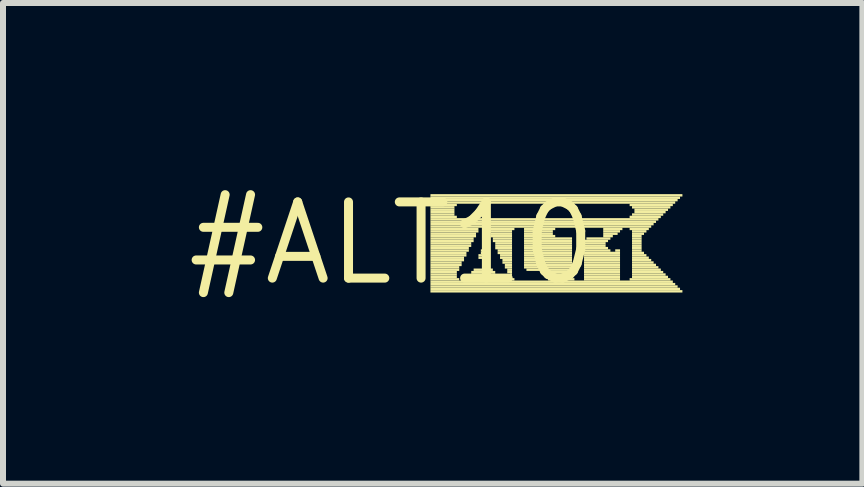
<source format=kicad_pcb>
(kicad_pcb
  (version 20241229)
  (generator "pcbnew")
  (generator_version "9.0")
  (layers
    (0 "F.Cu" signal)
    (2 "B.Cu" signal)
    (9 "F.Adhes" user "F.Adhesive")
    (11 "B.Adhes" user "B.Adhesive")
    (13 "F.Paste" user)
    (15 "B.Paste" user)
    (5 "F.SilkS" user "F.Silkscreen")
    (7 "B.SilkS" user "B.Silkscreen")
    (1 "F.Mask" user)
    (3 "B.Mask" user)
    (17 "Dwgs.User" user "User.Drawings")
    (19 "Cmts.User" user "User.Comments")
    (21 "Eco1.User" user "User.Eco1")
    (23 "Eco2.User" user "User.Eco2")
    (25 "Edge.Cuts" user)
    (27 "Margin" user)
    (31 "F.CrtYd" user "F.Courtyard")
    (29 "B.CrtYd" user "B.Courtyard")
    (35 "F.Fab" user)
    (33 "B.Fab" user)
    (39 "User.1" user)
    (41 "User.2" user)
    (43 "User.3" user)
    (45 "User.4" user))
  (footprint "#ALT10"
    (layer "F.Cu")
    (at 3.485 1.006)
    (property "Reference" "#ALT10" (at 0 0 0) (layer "F.SilkS") (effects (font (size 1.27 1.27) (thickness 0.15))))
    (fp_poly (pts (xy 0.64 -0.78) (xy 4.84 -0.78) (xy 4.84 -0.82) (xy 0.64 -0.82)) (stroke (width 0) (type default)) (fill yes) (layer "F.SilkS"))
    (fp_poly (pts (xy 0.64 -0.74) (xy 4.8 -0.74) (xy 4.8 -0.78) (xy 0.64 -0.78)) (stroke (width 0) (type default)) (fill yes) (layer "F.SilkS"))
    (fp_poly (pts (xy 0.64 -0.7) (xy 4.76 -0.7) (xy 4.76 -0.74) (xy 0.64 -0.74)) (stroke (width 0) (type default)) (fill yes) (layer "F.SilkS"))
    (fp_poly (pts (xy 0.64 -0.66) (xy 4.72 -0.66) (xy 4.72 -0.7) (xy 0.64 -0.7)) (stroke (width 0) (type default)) (fill yes) (layer "F.SilkS"))
    (fp_poly (pts (xy 0.64 -0.62) (xy 1.08 -0.62) (xy 1.08 -0.66) (xy 0.64 -0.66)) (stroke (width 0) (type default)) (fill yes) (layer "F.SilkS"))
    (fp_poly (pts (xy 0.64 -0.58) (xy 1.04 -0.58) (xy 1.04 -0.62) (xy 0.64 -0.62)) (stroke (width 0) (type default)) (fill yes) (layer "F.SilkS"))
    (fp_poly (pts (xy 0.64 -0.54) (xy 1.04 -0.54) (xy 1.04 -0.58) (xy 0.64 -0.58)) (stroke (width 0) (type default)) (fill yes) (layer "F.SilkS"))
    (fp_poly (pts (xy 0.64 -0.5) (xy 1.04 -0.5) (xy 1.04 -0.54) (xy 0.64 -0.54)) (stroke (width 0) (type default)) (fill yes) (layer "F.SilkS"))
    (fp_poly (pts (xy 0.64 -0.46) (xy 1.04 -0.46) (xy 1.04 -0.5) (xy 0.64 -0.5)) (stroke (width 0) (type default)) (fill yes) (layer "F.SilkS"))
    (fp_poly (pts (xy 0.64 -0.42) (xy 1.08 -0.42) (xy 1.08 -0.46) (xy 0.64 -0.46)) (stroke (width 0) (type default)) (fill yes) (layer "F.SilkS"))
    (fp_poly (pts (xy 0.64 -0.38) (xy 4.44 -0.38) (xy 4.44 -0.42) (xy 0.64 -0.42)) (stroke (width 0) (type default)) (fill yes) (layer "F.SilkS"))
    (fp_poly (pts (xy 0.64 -0.34) (xy 4.4 -0.34) (xy 4.4 -0.38) (xy 0.64 -0.38)) (stroke (width 0) (type default)) (fill yes) (layer "F.SilkS"))
    (fp_poly (pts (xy 0.64 -0.3) (xy 4.36 -0.3) (xy 4.36 -0.34) (xy 0.64 -0.34)) (stroke (width 0) (type default)) (fill yes) (layer "F.SilkS"))
    (fp_poly (pts (xy 0.64 -0.26) (xy 4.32 -0.26) (xy 4.32 -0.3) (xy 0.64 -0.3)) (stroke (width 0) (type default)) (fill yes) (layer "F.SilkS"))
    (fp_poly (pts (xy 0.64 -0.22) (xy 1.44 -0.22) (xy 1.44 -0.26) (xy 0.64 -0.26)) (stroke (width 0) (type default)) (fill yes) (layer "F.SilkS"))
    (fp_poly (pts (xy 0.64 -0.18) (xy 1.44 -0.18) (xy 1.44 -0.22) (xy 0.64 -0.22)) (stroke (width 0) (type default)) (fill yes) (layer "F.SilkS"))
    (fp_poly (pts (xy 0.64 -0.14) (xy 1.4 -0.14) (xy 1.4 -0.18) (xy 0.64 -0.18)) (stroke (width 0) (type default)) (fill yes) (layer "F.SilkS"))
    (fp_poly (pts (xy 0.64 -0.1) (xy 1.4 -0.1) (xy 1.4 -0.14) (xy 0.64 -0.14)) (stroke (width 0) (type default)) (fill yes) (layer "F.SilkS"))
    (fp_poly (pts (xy 0.64 -0.06) (xy 1.36 -0.06) (xy 1.36 -0.1) (xy 0.64 -0.1)) (stroke (width 0) (type default)) (fill yes) (layer "F.SilkS"))
    (fp_poly (pts (xy 0.64 -0.02) (xy 1.36 -0.02) (xy 1.36 -0.06) (xy 0.64 -0.06)) (stroke (width 0) (type default)) (fill yes) (layer "F.SilkS"))
    (fp_poly (pts (xy 0.64 0.02) (xy 1.32 0.02) (xy 1.32 -0.02) (xy 0.64 -0.02)) (stroke (width 0) (type default)) (fill yes) (layer "F.SilkS"))
    (fp_poly (pts (xy 0.64 0.06) (xy 1.32 0.06) (xy 1.32 0.02) (xy 0.64 0.02)) (stroke (width 0) (type default)) (fill yes) (layer "F.SilkS"))
    (fp_poly (pts (xy 0.64 0.1) (xy 1.28 0.1) (xy 1.28 0.06) (xy 0.64 0.06)) (stroke (width 0) (type default)) (fill yes) (layer "F.SilkS"))
    (fp_poly (pts (xy 0.64 0.14) (xy 1.28 0.14) (xy 1.28 0.1) (xy 0.64 0.1)) (stroke (width 0) (type default)) (fill yes) (layer "F.SilkS"))
    (fp_poly (pts (xy 0.64 0.18) (xy 1.24 0.18) (xy 1.24 0.14) (xy 0.64 0.14)) (stroke (width 0) (type default)) (fill yes) (layer "F.SilkS"))
    (fp_poly (pts (xy 0.64 0.22) (xy 1.24 0.22) (xy 1.24 0.18) (xy 0.64 0.18)) (stroke (width 0) (type default)) (fill yes) (layer "F.SilkS"))
    (fp_poly (pts (xy 0.64 0.26) (xy 1.2 0.26) (xy 1.2 0.22) (xy 0.64 0.22)) (stroke (width 0) (type default)) (fill yes) (layer "F.SilkS"))
    (fp_poly (pts (xy 0.64 0.3) (xy 1.2 0.3) (xy 1.2 0.26) (xy 0.64 0.26)) (stroke (width 0) (type default)) (fill yes) (layer "F.SilkS"))
    (fp_poly (pts (xy 0.64 0.34) (xy 1.16 0.34) (xy 1.16 0.3) (xy 0.64 0.3)) (stroke (width 0) (type default)) (fill yes) (layer "F.SilkS"))
    (fp_poly (pts (xy 0.64 0.38) (xy 1.16 0.38) (xy 1.16 0.34) (xy 0.64 0.34)) (stroke (width 0) (type default)) (fill yes) (layer "F.SilkS"))
    (fp_poly (pts (xy 0.64 0.42) (xy 1.12 0.42) (xy 1.12 0.38) (xy 0.64 0.38)) (stroke (width 0) (type default)) (fill yes) (layer "F.SilkS"))
    (fp_poly (pts (xy 0.64 0.46) (xy 1.12 0.46) (xy 1.12 0.42) (xy 0.64 0.42)) (stroke (width 0) (type default)) (fill yes) (layer "F.SilkS"))
    (fp_poly (pts (xy 0.64 0.5) (xy 1.08 0.5) (xy 1.08 0.46) (xy 0.64 0.46)) (stroke (width 0) (type default)) (fill yes) (layer "F.SilkS"))
    (fp_poly (pts (xy 0.64 0.54) (xy 1.08 0.54) (xy 1.08 0.5) (xy 0.64 0.5)) (stroke (width 0) (type default)) (fill yes) (layer "F.SilkS"))
    (fp_poly (pts (xy 0.64 0.58) (xy 1.08 0.58) (xy 1.08 0.54) (xy 0.64 0.54)) (stroke (width 0) (type default)) (fill yes) (layer "F.SilkS"))
    (fp_poly (pts (xy 0.64 0.62) (xy 1.12 0.62) (xy 1.12 0.58) (xy 0.64 0.58)) (stroke (width 0) (type default)) (fill yes) (layer "F.SilkS"))
    (fp_poly (pts (xy 0.64 0.66) (xy 4.68 0.66) (xy 4.68 0.62) (xy 0.64 0.62)) (stroke (width 0) (type default)) (fill yes) (layer "F.SilkS"))
    (fp_poly (pts (xy 0.64 0.7) (xy 4.72 0.7) (xy 4.72 0.66) (xy 0.64 0.66)) (stroke (width 0) (type default)) (fill yes) (layer "F.SilkS"))
    (fp_poly (pts (xy 0.64 0.74) (xy 4.76 0.74) (xy 4.76 0.7) (xy 0.64 0.7)) (stroke (width 0) (type default)) (fill yes) (layer "F.SilkS"))
    (fp_poly (pts (xy 0.64 0.78) (xy 4.8 0.78) (xy 4.8 0.74) (xy 0.64 0.74)) (stroke (width 0) (type default)) (fill yes) (layer "F.SilkS"))
    (fp_poly (pts (xy 0.64 0.82) (xy 4.84 0.82) (xy 4.84 0.78) (xy 0.64 0.78)) (stroke (width 0) (type default)) (fill yes) (layer "F.SilkS"))
    (fp_poly (pts (xy 1.24 0.62) (xy 1.76 0.62) (xy 1.76 0.58) (xy 1.24 0.58)) (stroke (width 0) (type default)) (fill yes) (layer "F.SilkS"))
    (fp_poly (pts (xy 1.28 0.58) (xy 1.76 0.58) (xy 1.76 0.54) (xy 1.28 0.54)) (stroke (width 0) (type default)) (fill yes) (layer "F.SilkS"))
    (fp_poly (pts (xy 1.32 0.5) (xy 1.72 0.5) (xy 1.72 0.46) (xy 1.32 0.46)) (stroke (width 0) (type default)) (fill yes) (layer "F.SilkS"))
    (fp_poly (pts (xy 1.32 0.54) (xy 1.72 0.54) (xy 1.72 0.5) (xy 1.32 0.5)) (stroke (width 0) (type default)) (fill yes) (layer "F.SilkS"))
    (fp_poly (pts (xy 1.36 0.46) (xy 1.68 0.46) (xy 1.68 0.42) (xy 1.36 0.42)) (stroke (width 0) (type default)) (fill yes) (layer "F.SilkS"))
    (fp_poly (pts (xy 1.44 0.22) (xy 1.56 0.22) (xy 1.56 0.18) (xy 1.44 0.18)) (stroke (width 0) (type default)) (fill yes) (layer "F.SilkS"))
    (fp_poly (pts (xy 1.44 0.26) (xy 1.6 0.26) (xy 1.6 0.22) (xy 1.44 0.22)) (stroke (width 0) (type default)) (fill yes) (layer "F.SilkS"))
    (fp_poly (pts (xy 1.48 0.14) (xy 1.52 0.14) (xy 1.52 0.1) (xy 1.48 0.1)) (stroke (width 0) (type default)) (fill yes) (layer "F.SilkS"))
    (fp_poly (pts (xy 1.48 0.18) (xy 1.56 0.18) (xy 1.56 0.14) (xy 1.48 0.14)) (stroke (width 0) (type default)) (fill yes) (layer "F.SilkS"))
    (fp_poly (pts (xy 1.56 -0.22) (xy 2.04 -0.22) (xy 2.04 -0.26) (xy 1.56 -0.26)) (stroke (width 0) (type default)) (fill yes) (layer "F.SilkS"))
    (fp_poly (pts (xy 1.6 -0.18) (xy 2 -0.18) (xy 2 -0.22) (xy 1.6 -0.22)) (stroke (width 0) (type default)) (fill yes) (layer "F.SilkS"))
    (fp_poly (pts (xy 1.64 -0.14) (xy 2 -0.14) (xy 2 -0.18) (xy 1.64 -0.18)) (stroke (width 0) (type default)) (fill yes) (layer "F.SilkS"))
    (fp_poly (pts (xy 1.64 -0.1) (xy 2 -0.1) (xy 2 -0.14) (xy 1.64 -0.14)) (stroke (width 0) (type default)) (fill yes) (layer "F.SilkS"))
    (fp_poly (pts (xy 1.68 -0.06) (xy 2 -0.06) (xy 2 -0.1) (xy 1.68 -0.1)) (stroke (width 0) (type default)) (fill yes) (layer "F.SilkS"))
    (fp_poly (pts (xy 1.68 -0.02) (xy 2 -0.02) (xy 2 -0.06) (xy 1.68 -0.06)) (stroke (width 0) (type default)) (fill yes) (layer "F.SilkS"))
    (fp_poly (pts (xy 1.72 0.02) (xy 2 0.02) (xy 2 -0.02) (xy 1.72 -0.02)) (stroke (width 0) (type default)) (fill yes) (layer "F.SilkS"))
    (fp_poly (pts (xy 1.72 0.06) (xy 2 0.06) (xy 2 0.02) (xy 1.72 0.02)) (stroke (width 0) (type default)) (fill yes) (layer "F.SilkS"))
    (fp_poly (pts (xy 1.72 0.1) (xy 2 0.1) (xy 2 0.06) (xy 1.72 0.06)) (stroke (width 0) (type default)) (fill yes) (layer "F.SilkS"))
    (fp_poly (pts (xy 1.76 0.14) (xy 2 0.14) (xy 2 0.1) (xy 1.76 0.1)) (stroke (width 0) (type default)) (fill yes) (layer "F.SilkS"))
    (fp_poly (pts (xy 1.76 0.18) (xy 2 0.18) (xy 2 0.14) (xy 1.76 0.14)) (stroke (width 0) (type default)) (fill yes) (layer "F.SilkS"))
    (fp_poly (pts (xy 1.8 0.22) (xy 2 0.22) (xy 2 0.18) (xy 1.8 0.18)) (stroke (width 0) (type default)) (fill yes) (layer "F.SilkS"))
    (fp_poly (pts (xy 1.8 0.26) (xy 2 0.26) (xy 2 0.22) (xy 1.8 0.22)) (stroke (width 0) (type default)) (fill yes) (layer "F.SilkS"))
    (fp_poly (pts (xy 1.84 0.3) (xy 2 0.3) (xy 2 0.26) (xy 1.84 0.26)) (stroke (width 0) (type default)) (fill yes) (layer "F.SilkS"))
    (fp_poly (pts (xy 1.84 0.34) (xy 2 0.34) (xy 2 0.3) (xy 1.84 0.3)) (stroke (width 0) (type default)) (fill yes) (layer "F.SilkS"))
    (fp_poly (pts (xy 1.88 0.38) (xy 2 0.38) (xy 2 0.34) (xy 1.88 0.34)) (stroke (width 0) (type default)) (fill yes) (layer "F.SilkS"))
    (fp_poly (pts (xy 1.88 0.42) (xy 2 0.42) (xy 2 0.38) (xy 1.88 0.38)) (stroke (width 0) (type default)) (fill yes) (layer "F.SilkS"))
    (fp_poly (pts (xy 1.92 0.46) (xy 2 0.46) (xy 2 0.42) (xy 1.92 0.42)) (stroke (width 0) (type default)) (fill yes) (layer "F.SilkS"))
    (fp_poly (pts (xy 1.92 0.5) (xy 2 0.5) (xy 2 0.46) (xy 1.92 0.46)) (stroke (width 0) (type default)) (fill yes) (layer "F.SilkS"))
    (fp_poly (pts (xy 1.92 0.62) (xy 2.04 0.62) (xy 2.04 0.58) (xy 1.92 0.58)) (stroke (width 0) (type default)) (fill yes) (layer "F.SilkS"))
    (fp_poly (pts (xy 1.96 0.54) (xy 2 0.54) (xy 2 0.5) (xy 1.96 0.5)) (stroke (width 0) (type default)) (fill yes) (layer "F.SilkS"))
    (fp_poly (pts (xy 1.96 0.58) (xy 2 0.58) (xy 2 0.54) (xy 1.96 0.54)) (stroke (width 0) (type default)) (fill yes) (layer "F.SilkS"))
    (fp_poly (pts (xy 2.2 -0.22) (xy 2.72 -0.22) (xy 2.72 -0.26) (xy 2.2 -0.26)) (stroke (width 0) (type default)) (fill yes) (layer "F.SilkS"))
    (fp_poly (pts (xy 2.2 -0.18) (xy 2.68 -0.18) (xy 2.68 -0.22) (xy 2.2 -0.22)) (stroke (width 0) (type default)) (fill yes) (layer "F.SilkS"))
    (fp_poly (pts (xy 2.2 -0.14) (xy 2.68 -0.14) (xy 2.68 -0.18) (xy 2.2 -0.18)) (stroke (width 0) (type default)) (fill yes) (layer "F.SilkS"))
    (fp_poly (pts (xy 2.2 -0.1) (xy 2.72 -0.1) (xy 2.72 -0.14) (xy 2.2 -0.14)) (stroke (width 0) (type default)) (fill yes) (layer "F.SilkS"))
    (fp_poly (pts (xy 2.2 -0.06) (xy 3 -0.06) (xy 3 -0.1) (xy 2.2 -0.1)) (stroke (width 0) (type default)) (fill yes) (layer "F.SilkS"))
    (fp_poly (pts (xy 2.2 -0.02) (xy 3 -0.02) (xy 3 -0.06) (xy 2.2 -0.06)) (stroke (width 0) (type default)) (fill yes) (layer "F.SilkS"))
    (fp_poly (pts (xy 2.2 0.02) (xy 3 0.02) (xy 3 -0.02) (xy 2.2 -0.02)) (stroke (width 0) (type default)) (fill yes) (layer "F.SilkS"))
    (fp_poly (pts (xy 2.2 0.06) (xy 3 0.06) (xy 3 0.02) (xy 2.2 0.02)) (stroke (width 0) (type default)) (fill yes) (layer "F.SilkS"))
    (fp_poly (pts (xy 2.2 0.1) (xy 3 0.1) (xy 3 0.06) (xy 2.2 0.06)) (stroke (width 0) (type default)) (fill yes) (layer "F.SilkS"))
    (fp_poly (pts (xy 2.2 0.14) (xy 3 0.14) (xy 3 0.1) (xy 2.2 0.1)) (stroke (width 0) (type default)) (fill yes) (layer "F.SilkS"))
    (fp_poly (pts (xy 2.2 0.18) (xy 3 0.18) (xy 3 0.14) (xy 2.2 0.14)) (stroke (width 0) (type default)) (fill yes) (layer "F.SilkS"))
    (fp_poly (pts (xy 2.2 0.22) (xy 3 0.22) (xy 3 0.18) (xy 2.2 0.18)) (stroke (width 0) (type default)) (fill yes) (layer "F.SilkS"))
    (fp_poly (pts (xy 2.2 0.26) (xy 3 0.26) (xy 3 0.22) (xy 2.2 0.22)) (stroke (width 0) (type default)) (fill yes) (layer "F.SilkS"))
    (fp_poly (pts (xy 2.2 0.3) (xy 3 0.3) (xy 3 0.26) (xy 2.2 0.26)) (stroke (width 0) (type default)) (fill yes) (layer "F.SilkS"))
    (fp_poly (pts (xy 2.2 0.34) (xy 3 0.34) (xy 3 0.3) (xy 2.2 0.3)) (stroke (width 0) (type default)) (fill yes) (layer "F.SilkS"))
    (fp_poly (pts (xy 2.2 0.38) (xy 3 0.38) (xy 3 0.34) (xy 2.2 0.34)) (stroke (width 0) (type default)) (fill yes) (layer "F.SilkS"))
    (fp_poly (pts (xy 2.2 0.42) (xy 3 0.42) (xy 3 0.38) (xy 2.2 0.38)) (stroke (width 0) (type default)) (fill yes) (layer "F.SilkS"))
    (fp_poly (pts (xy 2.24 0.46) (xy 3 0.46) (xy 3 0.42) (xy 2.24 0.42)) (stroke (width 0) (type default)) (fill yes) (layer "F.SilkS"))
    (fp_poly (pts (xy 2.6 0.62) (xy 3.04 0.62) (xy 3.04 0.58) (xy 2.6 0.58)) (stroke (width 0) (type default)) (fill yes) (layer "F.SilkS"))
    (fp_poly (pts (xy 2.64 0.5) (xy 3 0.5) (xy 3 0.46) (xy 2.64 0.46)) (stroke (width 0) (type default)) (fill yes) (layer "F.SilkS"))
    (fp_poly (pts (xy 2.64 0.54) (xy 3 0.54) (xy 3 0.5) (xy 2.64 0.5)) (stroke (width 0) (type default)) (fill yes) (layer "F.SilkS"))
    (fp_poly (pts (xy 2.64 0.58) (xy 3 0.58) (xy 3 0.54) (xy 2.64 0.54)) (stroke (width 0) (type default)) (fill yes) (layer "F.SilkS"))
    (fp_poly (pts (xy 3.2 -0.02) (xy 3.6 -0.02) (xy 3.6 -0.06) (xy 3.2 -0.06)) (stroke (width 0) (type default)) (fill yes) (layer "F.SilkS"))
    (fp_poly (pts (xy 3.2 0.02) (xy 3.56 0.02) (xy 3.56 -0.02) (xy 3.2 -0.02)) (stroke (width 0) (type default)) (fill yes) (layer "F.SilkS"))
    (fp_poly (pts (xy 3.2 0.06) (xy 3.56 0.06) (xy 3.56 0.02) (xy 3.2 0.02)) (stroke (width 0) (type default)) (fill yes) (layer "F.SilkS"))
    (fp_poly (pts (xy 3.2 0.1) (xy 3.6 0.1) (xy 3.6 0.06) (xy 3.2 0.06)) (stroke (width 0) (type default)) (fill yes) (layer "F.SilkS"))
    (fp_poly (pts (xy 3.2 0.14) (xy 3.64 0.14) (xy 3.64 0.1) (xy 3.2 0.1)) (stroke (width 0) (type default)) (fill yes) (layer "F.SilkS"))
    (fp_poly (pts (xy 3.2 0.18) (xy 3.8 0.18) (xy 3.8 0.14) (xy 3.2 0.14)) (stroke (width 0) (type default)) (fill yes) (layer "F.SilkS"))
    (fp_poly (pts (xy 3.2 0.22) (xy 3.8 0.22) (xy 3.8 0.18) (xy 3.2 0.18)) (stroke (width 0) (type default)) (fill yes) (layer "F.SilkS"))
    (fp_poly (pts (xy 3.2 0.26) (xy 3.8 0.26) (xy 3.8 0.22) (xy 3.2 0.22)) (stroke (width 0) (type default)) (fill yes) (layer "F.SilkS"))
    (fp_poly (pts (xy 3.2 0.3) (xy 3.8 0.3) (xy 3.8 0.26) (xy 3.2 0.26)) (stroke (width 0) (type default)) (fill yes) (layer "F.SilkS"))
    (fp_poly (pts (xy 3.2 0.34) (xy 3.8 0.34) (xy 3.8 0.3) (xy 3.2 0.3)) (stroke (width 0) (type default)) (fill yes) (layer "F.SilkS"))
    (fp_poly (pts (xy 3.2 0.38) (xy 3.8 0.38) (xy 3.8 0.34) (xy 3.2 0.34)) (stroke (width 0) (type default)) (fill yes) (layer "F.SilkS"))
    (fp_poly (pts (xy 3.2 0.42) (xy 3.8 0.42) (xy 3.8 0.38) (xy 3.2 0.38)) (stroke (width 0) (type default)) (fill yes) (layer "F.SilkS"))
    (fp_poly (pts (xy 3.2 0.46) (xy 3.8 0.46) (xy 3.8 0.42) (xy 3.2 0.42)) (stroke (width 0) (type default)) (fill yes) (layer "F.SilkS"))
    (fp_poly (pts (xy 3.2 0.5) (xy 3.8 0.5) (xy 3.8 0.46) (xy 3.2 0.46)) (stroke (width 0) (type default)) (fill yes) (layer "F.SilkS"))
    (fp_poly (pts (xy 3.2 0.54) (xy 3.8 0.54) (xy 3.8 0.5) (xy 3.2 0.5)) (stroke (width 0) (type default)) (fill yes) (layer "F.SilkS"))
    (fp_poly (pts (xy 3.2 0.58) (xy 3.8 0.58) (xy 3.8 0.54) (xy 3.2 0.54)) (stroke (width 0) (type default)) (fill yes) (layer "F.SilkS"))
    (fp_poly (pts (xy 3.2 0.62) (xy 3.8 0.62) (xy 3.8 0.58) (xy 3.2 0.58)) (stroke (width 0) (type default)) (fill yes) (layer "F.SilkS"))
    (fp_poly (pts (xy 3.24 -0.06) (xy 3.64 -0.06) (xy 3.64 -0.1) (xy 3.24 -0.1)) (stroke (width 0) (type default)) (fill yes) (layer "F.SilkS"))
    (fp_poly (pts (xy 3.52 -0.22) (xy 3.84 -0.22) (xy 3.84 -0.26) (xy 3.52 -0.26)) (stroke (width 0) (type default)) (fill yes) (layer "F.SilkS"))
    (fp_poly (pts (xy 3.52 -0.18) (xy 3.8 -0.18) (xy 3.8 -0.22) (xy 3.52 -0.22)) (stroke (width 0) (type default)) (fill yes) (layer "F.SilkS"))
    (fp_poly (pts (xy 3.52 -0.14) (xy 3.76 -0.14) (xy 3.76 -0.18) (xy 3.52 -0.18)) (stroke (width 0) (type default)) (fill yes) (layer "F.SilkS"))
    (fp_poly (pts (xy 3.52 -0.1) (xy 3.68 -0.1) (xy 3.68 -0.14) (xy 3.52 -0.14)) (stroke (width 0) (type default)) (fill yes) (layer "F.SilkS"))
    (fp_poly (pts (xy 3.72 0.14) (xy 3.8 0.14) (xy 3.8 0.1) (xy 3.72 0.1)) (stroke (width 0) (type default)) (fill yes) (layer "F.SilkS"))
    (fp_poly (pts (xy 3.96 -0.62) (xy 4.68 -0.62) (xy 4.68 -0.66) (xy 3.96 -0.66)) (stroke (width 0) (type default)) (fill yes) (layer "F.SilkS"))
    (fp_poly (pts (xy 3.96 -0.42) (xy 4.48 -0.42) (xy 4.48 -0.46) (xy 3.96 -0.46)) (stroke (width 0) (type default)) (fill yes) (layer "F.SilkS"))
    (fp_poly (pts (xy 3.96 -0.22) (xy 4.28 -0.22) (xy 4.28 -0.26) (xy 3.96 -0.26)) (stroke (width 0) (type default)) (fill yes) (layer "F.SilkS"))
    (fp_poly (pts (xy 3.96 0.62) (xy 4.64 0.62) (xy 4.64 0.58) (xy 3.96 0.58)) (stroke (width 0) (type default)) (fill yes) (layer "F.SilkS"))
    (fp_poly (pts (xy 4 -0.58) (xy 4.64 -0.58) (xy 4.64 -0.62) (xy 4 -0.62)) (stroke (width 0) (type default)) (fill yes) (layer "F.SilkS"))
    (fp_poly (pts (xy 4 -0.46) (xy 4.52 -0.46) (xy 4.52 -0.5) (xy 4 -0.5)) (stroke (width 0) (type default)) (fill yes) (layer "F.SilkS"))
    (fp_poly (pts (xy 4 -0.18) (xy 4.24 -0.18) (xy 4.24 -0.22) (xy 4 -0.22)) (stroke (width 0) (type default)) (fill yes) (layer "F.SilkS"))
    (fp_poly (pts (xy 4 -0.14) (xy 4.2 -0.14) (xy 4.2 -0.18) (xy 4 -0.18)) (stroke (width 0) (type default)) (fill yes) (layer "F.SilkS"))
    (fp_poly (pts (xy 4 -0.1) (xy 4.16 -0.1) (xy 4.16 -0.14) (xy 4 -0.14)) (stroke (width 0) (type default)) (fill yes) (layer "F.SilkS"))
    (fp_poly (pts (xy 4 -0.06) (xy 4.16 -0.06) (xy 4.16 -0.1) (xy 4 -0.1)) (stroke (width 0) (type default)) (fill yes) (layer "F.SilkS"))
    (fp_poly (pts (xy 4 -0.02) (xy 4.16 -0.02) (xy 4.16 -0.06) (xy 4 -0.06)) (stroke (width 0) (type default)) (fill yes) (layer "F.SilkS"))
    (fp_poly (pts (xy 4 0.02) (xy 4.16 0.02) (xy 4.16 -0.02) (xy 4 -0.02)) (stroke (width 0) (type default)) (fill yes) (layer "F.SilkS"))
    (fp_poly (pts (xy 4 0.06) (xy 4.16 0.06) (xy 4.16 0.02) (xy 4 0.02)) (stroke (width 0) (type default)) (fill yes) (layer "F.SilkS"))
    (fp_poly (pts (xy 4 0.1) (xy 4.16 0.1) (xy 4.16 0.06) (xy 4 0.06)) (stroke (width 0) (type default)) (fill yes) (layer "F.SilkS"))
    (fp_poly (pts (xy 4 0.14) (xy 4.16 0.14) (xy 4.16 0.1) (xy 4 0.1)) (stroke (width 0) (type default)) (fill yes) (layer "F.SilkS"))
    (fp_poly (pts (xy 4 0.18) (xy 4.2 0.18) (xy 4.2 0.14) (xy 4 0.14)) (stroke (width 0) (type default)) (fill yes) (layer "F.SilkS"))
    (fp_poly (pts (xy 4 0.22) (xy 4.24 0.22) (xy 4.24 0.18) (xy 4 0.18)) (stroke (width 0) (type default)) (fill yes) (layer "F.SilkS"))
    (fp_poly (pts (xy 4 0.26) (xy 4.28 0.26) (xy 4.28 0.22) (xy 4 0.22)) (stroke (width 0) (type default)) (fill yes) (layer "F.SilkS"))
    (fp_poly (pts (xy 4 0.3) (xy 4.32 0.3) (xy 4.32 0.26) (xy 4 0.26)) (stroke (width 0) (type default)) (fill yes) (layer "F.SilkS"))
    (fp_poly (pts (xy 4 0.34) (xy 4.36 0.34) (xy 4.36 0.3) (xy 4 0.3)) (stroke (width 0) (type default)) (fill yes) (layer "F.SilkS"))
    (fp_poly (pts (xy 4 0.38) (xy 4.4 0.38) (xy 4.4 0.34) (xy 4 0.34)) (stroke (width 0) (type default)) (fill yes) (layer "F.SilkS"))
    (fp_poly (pts (xy 4 0.42) (xy 4.44 0.42) (xy 4.44 0.38) (xy 4 0.38)) (stroke (width 0) (type default)) (fill yes) (layer "F.SilkS"))
    (fp_poly (pts (xy 4 0.46) (xy 4.48 0.46) (xy 4.48 0.42) (xy 4 0.42)) (stroke (width 0) (type default)) (fill yes) (layer "F.SilkS"))
    (fp_poly (pts (xy 4 0.5) (xy 4.52 0.5) (xy 4.52 0.46) (xy 4 0.46)) (stroke (width 0) (type default)) (fill yes) (layer "F.SilkS"))
    (fp_poly (pts (xy 4 0.54) (xy 4.56 0.54) (xy 4.56 0.5) (xy 4 0.5)) (stroke (width 0) (type default)) (fill yes) (layer "F.SilkS"))
    (fp_poly (pts (xy 4 0.58) (xy 4.6 0.58) (xy 4.6 0.54) (xy 4 0.54)) (stroke (width 0) (type default)) (fill yes) (layer "F.SilkS"))
    (fp_poly (pts (xy 4.04 -0.54) (xy 4.6 -0.54) (xy 4.6 -0.58) (xy 4.04 -0.58)) (stroke (width 0) (type default)) (fill yes) (layer "F.SilkS"))
    (fp_poly (pts (xy 4.04 -0.5) (xy 4.56 -0.5) (xy 4.56 -0.54) (xy 4.04 -0.54)) (stroke (width 0) (type default)) (fill yes) (layer "F.SilkS")))
  (gr_rect
    (start -3 -3)
    (end 11.325 5.012)
    (stroke (width 0.1) (type default))
    (fill no)
    (layer "Edge.Cuts")))
</source>
